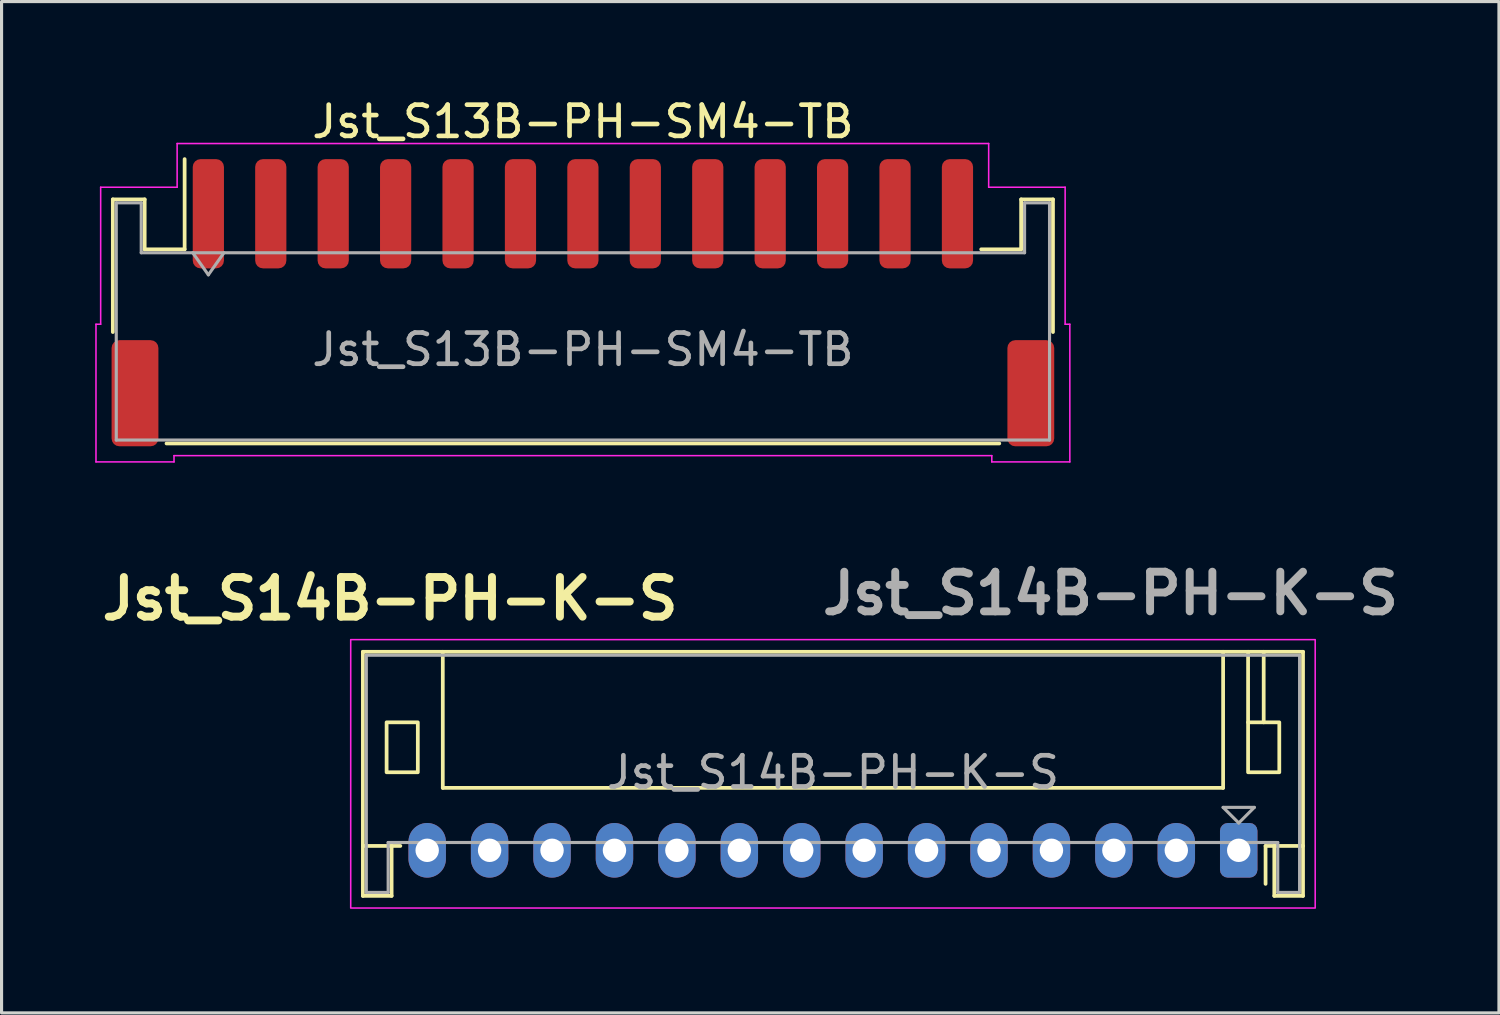
<source format=kicad_pcb>
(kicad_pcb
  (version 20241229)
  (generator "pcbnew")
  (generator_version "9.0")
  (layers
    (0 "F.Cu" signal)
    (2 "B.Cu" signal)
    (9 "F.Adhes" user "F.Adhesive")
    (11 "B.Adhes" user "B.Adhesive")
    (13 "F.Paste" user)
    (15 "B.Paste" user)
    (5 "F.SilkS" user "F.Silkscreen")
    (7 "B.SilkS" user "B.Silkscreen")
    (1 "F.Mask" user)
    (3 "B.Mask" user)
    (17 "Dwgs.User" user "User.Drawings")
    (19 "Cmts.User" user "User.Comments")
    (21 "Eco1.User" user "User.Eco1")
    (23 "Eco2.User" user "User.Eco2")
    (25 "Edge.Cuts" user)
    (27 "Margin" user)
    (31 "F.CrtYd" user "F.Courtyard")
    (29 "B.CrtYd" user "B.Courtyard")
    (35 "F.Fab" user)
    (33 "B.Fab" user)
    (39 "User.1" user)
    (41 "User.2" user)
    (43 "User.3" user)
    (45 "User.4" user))
  (footprint "Jst_S14B-PH-K-S"
    (layer "F.Cu")
    (at 37.106 26.152)
    (property "Reference" "Jst_S14B-PH-K-S" (at -27.66 -10.02 0) (layer "F.SilkS") (effects (font (size 1.27 1.27) (thickness 0.254))))
    (attr through_hole)
    (fp_line (start -28.53 -8.32) (end -28.53 -0.5) (stroke (width 0.12) (type solid)) (layer "F.SilkS"))
    (fp_line (start -28.53 -2.1) (end -27.61 -2.1) (stroke (width 0.12) (type solid)) (layer "F.SilkS"))
    (fp_line (start -28.53 -0.5) (end -27.61 -0.5) (stroke (width 0.12) (type solid)) (layer "F.SilkS"))
    (fp_line (start -27.61 -2.1) (end -27.33 -2.1) (stroke (width 0.12) (type solid)) (layer "F.SilkS"))
    (fp_line (start -27.61 -0.5) (end -27.61 -2.1) (stroke (width 0.12) (type solid)) (layer "F.SilkS"))
    (fp_line (start -25.97 -3.96) (end -25.97 -8.32) (stroke (width 0.12) (type solid)) (layer "F.SilkS"))
    (fp_line (start -0.97 -8.32) (end -0.97 -3.96) (stroke (width 0.12) (type solid)) (layer "F.SilkS"))
    (fp_line (start -0.97 -3.96) (end -25.97 -3.96) (stroke (width 0.12) (type solid)) (layer "F.SilkS"))
    (fp_line (start -0.17 -6.06) (end -0.17 -8.32) (stroke (width 0.12) (type solid)) (layer "F.SilkS"))
    (fp_line (start 0.33 -6.06) (end 0.33 -8.32) (stroke (width 0.12) (type solid)) (layer "F.SilkS"))
    (fp_line (start 0.39 -2.1) (end 0.39 -0.885) (stroke (width 0.12) (type solid)) (layer "F.SilkS"))
    (fp_line (start 0.39 -2.1) (end 0.67 -2.1) (stroke (width 0.12) (type solid)) (layer "F.SilkS"))
    (fp_line (start 0.67 -2.1) (end 0.67 -0.5) (stroke (width 0.12) (type solid)) (layer "F.SilkS"))
    (fp_line (start 0.67 -0.5) (end 1.59 -0.5) (stroke (width 0.12) (type solid)) (layer "F.SilkS"))
    (fp_line (start 1.59 -8.32) (end -28.53 -8.32) (stroke (width 0.12) (type solid)) (layer "F.SilkS"))
    (fp_line (start 1.59 -2.1) (end 0.67 -2.1) (stroke (width 0.12) (type solid)) (layer "F.SilkS"))
    (fp_line (start 1.59 -0.5) (end 1.59 -8.32) (stroke (width 0.12) (type solid)) (layer "F.SilkS"))
    (fp_rect (start -27.77 -6.06) (end -26.77 -4.46) (stroke (width 0.12) (type solid)) (fill no) (layer "F.SilkS"))
    (fp_rect (start -0.17 -6.06) (end 0.83 -4.46) (stroke (width 0.12) (type solid)) (fill no) (layer "F.SilkS"))
    (fp_rect (start -28.92 -8.71) (end 1.98 -0.11) (stroke (width 0.05) (type solid)) (fill no) (layer "F.CrtYd"))
    (fp_line (start -28.42 -8.21) (end -28.42 -0.61) (stroke (width 0.1) (type solid)) (layer "F.Fab"))
    (fp_line (start -28.42 -0.61) (end -27.72 -0.61) (stroke (width 0.1) (type solid)) (layer "F.Fab"))
    (fp_line (start -27.72 -2.21) (end 0.78 -2.21) (stroke (width 0.1) (type solid)) (layer "F.Fab"))
    (fp_line (start -27.72 -0.61) (end -27.72 -2.21) (stroke (width 0.1) (type solid)) (layer "F.Fab"))
    (fp_line (start -0.97 -3.335) (end -0.47 -2.835) (stroke (width 0.1) (type solid)) (layer "F.Fab"))
    (fp_line (start -0.47 -2.835) (end 0.03 -3.335) (stroke (width 0.1) (type solid)) (layer "F.Fab"))
    (fp_line (start 0.03 -3.335) (end -0.97 -3.335) (stroke (width 0.1) (type solid)) (layer "F.Fab"))
    (fp_line (start 0.78 -2.21) (end 0.78 -0.61) (stroke (width 0.1) (type solid)) (layer "F.Fab"))
    (fp_line (start 0.78 -0.61) (end 1.48 -0.61) (stroke (width 0.1) (type solid)) (layer "F.Fab"))
    (fp_line (start 1.48 -8.21) (end -28.42 -8.21) (stroke (width 0.1) (type solid)) (layer "F.Fab"))
    (fp_line (start 1.48 -0.61) (end 1.48 -8.21) (stroke (width 0.1) (type solid)) (layer "F.Fab"))
    (fp_text user "${REFERENCE}" (at -13.47 -4.46 180) (layer "F.Fab") (effects (font (size 1 1) (thickness 0.15))))
    (fp_text user "${REFERENCE}" (at -4.58 -10.19 0) (layer "F.Fab") (effects (font (size 1.27 1.27) (thickness 0.254))))
    (pad "1" thru_hole roundrect (at -0.47 -1.96 180) (size 1.2 1.75) (drill 0.75) (layers "*.Cu" "*.Mask") (roundrect_rratio 0.208))
    (pad "2" thru_hole oval (at -2.47 -1.96 180) (size 1.2 1.75) (drill 0.75) (layers "*.Cu" "*.Mask"))
    (pad "3" thru_hole oval (at -4.47 -1.96 180) (size 1.2 1.75) (drill 0.75) (layers "*.Cu" "*.Mask"))
    (pad "4" thru_hole oval (at -6.47 -1.96 180) (size 1.2 1.75) (drill 0.75) (layers "*.Cu" "*.Mask"))
    (pad "5" thru_hole oval (at -8.47 -1.96 180) (size 1.2 1.75) (drill 0.75) (layers "*.Cu" "*.Mask"))
    (pad "6" thru_hole oval (at -10.47 -1.96 180) (size 1.2 1.75) (drill 0.75) (layers "*.Cu" "*.Mask"))
    (pad "7" thru_hole oval (at -12.47 -1.96 180) (size 1.2 1.75) (drill 0.75) (layers "*.Cu" "*.Mask"))
    (pad "8" thru_hole oval (at -14.47 -1.96 180) (size 1.2 1.75) (drill 0.75) (layers "*.Cu" "*.Mask"))
    (pad "9" thru_hole oval (at -16.47 -1.96 180) (size 1.2 1.75) (drill 0.75) (layers "*.Cu" "*.Mask"))
    (pad "10" thru_hole oval (at -18.47 -1.96 180) (size 1.2 1.75) (drill 0.75) (layers "*.Cu" "*.Mask"))
    (pad "11" thru_hole oval (at -20.47 -1.96 180) (size 1.2 1.75) (drill 0.75) (layers "*.Cu" "*.Mask"))
    (pad "12" thru_hole oval (at -22.47 -1.96 180) (size 1.2 1.75) (drill 0.75) (layers "*.Cu" "*.Mask"))
    (pad "13" thru_hole oval (at -24.47 -1.96 180) (size 1.2 1.75) (drill 0.75) (layers "*.Cu" "*.Mask"))
    (pad "14" thru_hole oval (at -26.47 -1.96 180) (size 1.2 1.75) (drill 0.75) (layers "*.Cu" "*.Mask")))
  (footprint "Jst_S13B-PH-SM4-TB"
    (layer "F.Cu")
    (at 15.625 6.648)
    (property "Reference" "Jst_S13B-PH-SM4-TB" (at 0 -5.8 0) (layer "F.SilkS") (effects (font (size 1 1) (thickness 0.15))))
    (attr smd)
    (fp_line (start -15.06 -3.31) (end -14.04 -3.31) (stroke (width 0.12) (type solid)) (layer "F.SilkS"))
    (fp_line (start -15.06 0.94) (end -15.06 -3.31) (stroke (width 0.12) (type solid)) (layer "F.SilkS"))
    (fp_line (start -14.04 -3.31) (end -14.04 -1.71) (stroke (width 0.12) (type solid)) (layer "F.SilkS"))
    (fp_line (start -14.04 -1.71) (end -12.76 -1.71) (stroke (width 0.12) (type solid)) (layer "F.SilkS"))
    (fp_line (start -13.34 4.51) (end 13.34 4.51) (stroke (width 0.12) (type solid)) (layer "F.SilkS"))
    (fp_line (start -12.76 -1.71) (end -12.76 -4.6) (stroke (width 0.12) (type solid)) (layer "F.SilkS"))
    (fp_line (start 14.04 -3.31) (end 14.04 -1.71) (stroke (width 0.12) (type solid)) (layer "F.SilkS"))
    (fp_line (start 14.04 -1.71) (end 12.76 -1.71) (stroke (width 0.12) (type solid)) (layer "F.SilkS"))
    (fp_line (start 15.06 -3.31) (end 14.04 -3.31) (stroke (width 0.12) (type solid)) (layer "F.SilkS"))
    (fp_line (start 15.06 0.94) (end 15.06 -3.31) (stroke (width 0.12) (type solid)) (layer "F.SilkS"))
    (fp_line (start -15.6 0.69) (end -15.45 0.69) (stroke (width 0.05) (type solid)) (layer "F.CrtYd"))
    (fp_line (start -15.6 5.1) (end -15.6 0.69) (stroke (width 0.05) (type solid)) (layer "F.CrtYd"))
    (fp_line (start -15.45 -3.7) (end -13 -3.7) (stroke (width 0.05) (type solid)) (layer "F.CrtYd"))
    (fp_line (start -15.45 0.69) (end -15.45 -3.7) (stroke (width 0.05) (type solid)) (layer "F.CrtYd"))
    (fp_line (start -13.1 4.9) (end -13.1 5.1) (stroke (width 0.05) (type solid)) (layer "F.CrtYd"))
    (fp_line (start -13.1 5.1) (end -15.6 5.1) (stroke (width 0.05) (type solid)) (layer "F.CrtYd"))
    (fp_line (start -13 -5.1) (end 13 -5.1) (stroke (width 0.05) (type solid)) (layer "F.CrtYd"))
    (fp_line (start -13 -3.7) (end -13 -5.1) (stroke (width 0.05) (type solid)) (layer "F.CrtYd"))
    (fp_line (start 13 -5.1) (end 13 -3.7) (stroke (width 0.05) (type solid)) (layer "F.CrtYd"))
    (fp_line (start 13 -3.7) (end 15.45 -3.7) (stroke (width 0.05) (type solid)) (layer "F.CrtYd"))
    (fp_line (start 13.1 4.9) (end -13.1 4.9) (stroke (width 0.05) (type solid)) (layer "F.CrtYd"))
    (fp_line (start 13.1 5.1) (end 13.1 4.9) (stroke (width 0.05) (type solid)) (layer "F.CrtYd"))
    (fp_line (start 15.45 -3.7) (end 15.45 0.69) (stroke (width 0.05) (type solid)) (layer "F.CrtYd"))
    (fp_line (start 15.45 0.69) (end 15.6 0.69) (stroke (width 0.05) (type solid)) (layer "F.CrtYd"))
    (fp_line (start 15.6 0.69) (end 15.6 5.1) (stroke (width 0.05) (type solid)) (layer "F.CrtYd"))
    (fp_line (start 15.6 5.1) (end 13.1 5.1) (stroke (width 0.05) (type solid)) (layer "F.CrtYd"))
    (fp_line (start -14.95 -3.2) (end -14.95 4.4) (stroke (width 0.1) (type solid)) (layer "F.Fab"))
    (fp_line (start -14.95 -3.2) (end -14.15 -3.2) (stroke (width 0.1) (type solid)) (layer "F.Fab"))
    (fp_line (start -14.95 4.4) (end 14.95 4.4) (stroke (width 0.1) (type solid)) (layer "F.Fab"))
    (fp_line (start -14.15 -3.2) (end -14.15 -1.6) (stroke (width 0.1) (type solid)) (layer "F.Fab"))
    (fp_line (start -14.15 -1.6) (end 14.15 -1.6) (stroke (width 0.1) (type solid)) (layer "F.Fab"))
    (fp_line (start -12.5 -1.6) (end -12 -0.893) (stroke (width 0.1) (type solid)) (layer "F.Fab"))
    (fp_line (start -12 -0.893) (end -11.5 -1.6) (stroke (width 0.1) (type solid)) (layer "F.Fab"))
    (fp_line (start 14.15 -3.2) (end 14.95 -3.2) (stroke (width 0.1) (type solid)) (layer "F.Fab"))
    (fp_line (start 14.15 -1.6) (end 14.15 -3.2) (stroke (width 0.1) (type solid)) (layer "F.Fab"))
    (fp_line (start 14.95 -3.2) (end 14.95 4.4) (stroke (width 0.1) (type solid)) (layer "F.Fab"))
    (fp_text user "${REFERENCE}" (at 0 1.5 0) (layer "F.Fab") (effects (font (size 1 1) (thickness 0.15))))
    (pad "1" smd roundrect (at -12 -2.85) (size 1 3.5) (layers "F.Cu" "F.Mask" "F.Paste") (roundrect_rratio 0.25))
    (pad "2" smd roundrect (at -10 -2.85) (size 1 3.5) (layers "F.Cu" "F.Mask" "F.Paste") (roundrect_rratio 0.25))
    (pad "3" smd roundrect (at -8 -2.85) (size 1 3.5) (layers "F.Cu" "F.Mask" "F.Paste") (roundrect_rratio 0.25))
    (pad "4" smd roundrect (at -6 -2.85) (size 1 3.5) (layers "F.Cu" "F.Mask" "F.Paste") (roundrect_rratio 0.25))
    (pad "5" smd roundrect (at -4 -2.85) (size 1 3.5) (layers "F.Cu" "F.Mask" "F.Paste") (roundrect_rratio 0.25))
    (pad "6" smd roundrect (at -2 -2.85) (size 1 3.5) (layers "F.Cu" "F.Mask" "F.Paste") (roundrect_rratio 0.25))
    (pad "7" smd roundrect (at 0 -2.85) (size 1 3.5) (layers "F.Cu" "F.Mask" "F.Paste") (roundrect_rratio 0.25))
    (pad "8" smd roundrect (at 2 -2.85) (size 1 3.5) (layers "F.Cu" "F.Mask" "F.Paste") (roundrect_rratio 0.25))
    (pad "9" smd roundrect (at 4 -2.85) (size 1 3.5) (layers "F.Cu" "F.Mask" "F.Paste") (roundrect_rratio 0.25))
    (pad "10" smd roundrect (at 6 -2.85) (size 1 3.5) (layers "F.Cu" "F.Mask" "F.Paste") (roundrect_rratio 0.25))
    (pad "11" smd roundrect (at 8 -2.85) (size 1 3.5) (layers "F.Cu" "F.Mask" "F.Paste") (roundrect_rratio 0.25))
    (pad "12" smd roundrect (at 10 -2.85) (size 1 3.5) (layers "F.Cu" "F.Mask" "F.Paste") (roundrect_rratio 0.25))
    (pad "13" smd roundrect (at 12 -2.85) (size 1 3.5) (layers "F.Cu" "F.Mask" "F.Paste") (roundrect_rratio 0.25))
    (pad "MP" smd roundrect (at -14.35 2.9) (size 1.5 3.4) (layers "F.Cu" "F.Mask" "F.Paste") (roundrect_rratio 0.167))
    (pad "MP" smd roundrect (at 14.35 2.9) (size 1.5 3.4) (layers "F.Cu" "F.Mask" "F.Paste") (roundrect_rratio 0.167)))
  (gr_rect
    (start -3 -3)
    (end 44.973 29.402)
    (stroke (width 0.1) (type default))
    (fill no)
    (layer "Edge.Cuts")))
</source>
